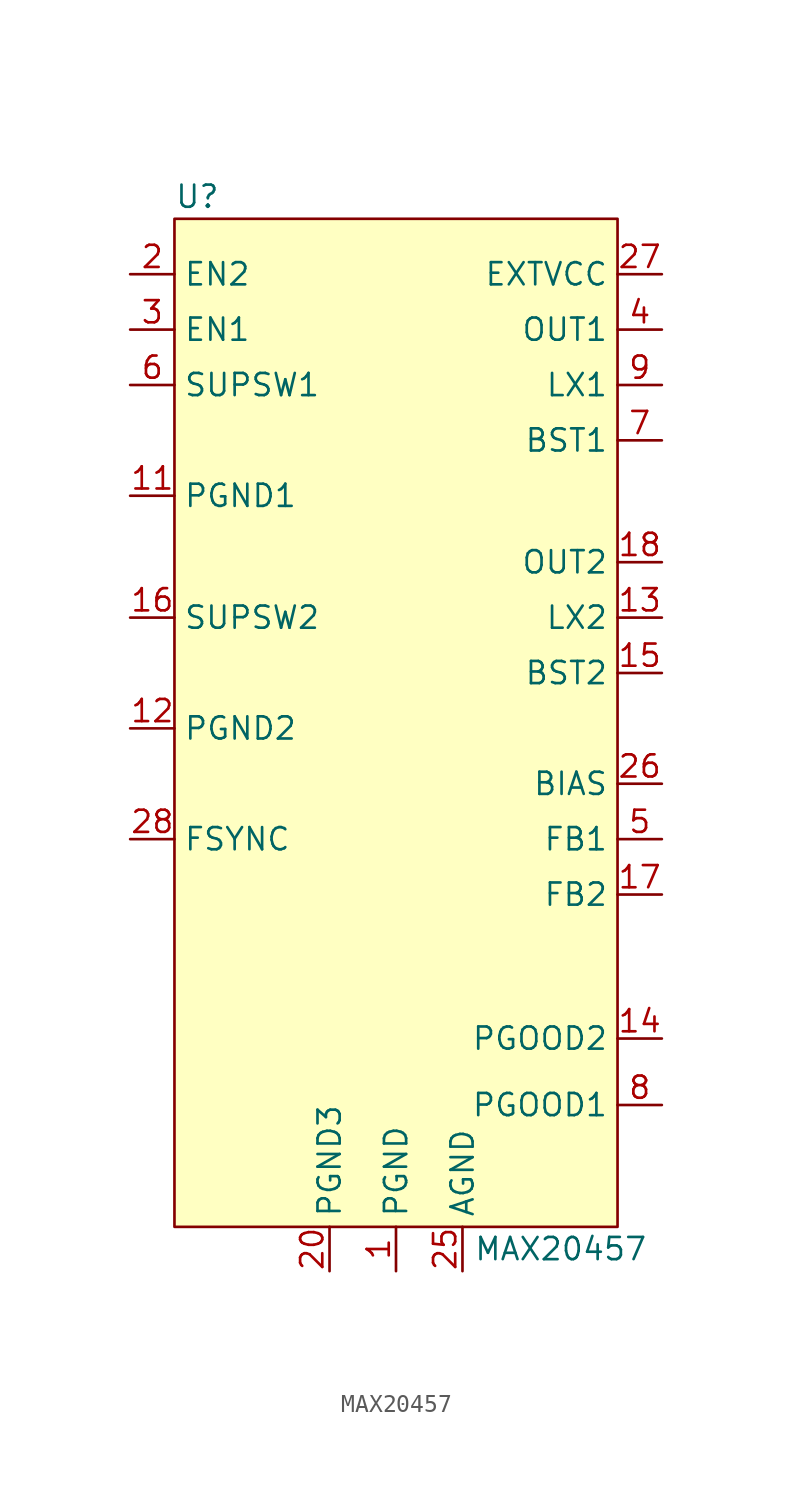
<source format=kicad_sym>
(kicad_symbol_lib
  (version 20211014)
  (generator kicad_symbol_editor)
  (symbol "MAX20457"
    (property "Reference" "U"
      (at -12.7 27.305 0)
      (effects (font (size 1.27 1.27)) (justify left)))
    (property "Value" "MAX20457"
      (at 4.445 -33.02 0)
      (effects (font (size 1.27 1.27)) (justify left)))
    (symbol "MAX20457_0_1"
      (rectangle (start -12.7 26.035) (end 12.7 -31.75) (stroke (width 0) (type default) (color 0 0 0 0)) (fill (type background))))
    (symbol "MAX20457_1_1"
      (pin power_in line (at 0 -34.29 90) (length 2.54) (name "PGND" (effects (font (size 1.27 1.27)))) (number "1" (effects (font (size 1.27 1.27)))))
      (pin output line (at 15.24 16.51 180) (length 2.54) hide (name "LX1" (effects (font (size 1.27 1.27)))) (number "10" (effects (font (size 1.27 1.27)))))
      (pin power_in line (at -15.24 10.16 0) (length 2.54) (name "PGND1" (effects (font (size 1.27 1.27)))) (number "11" (effects (font (size 1.27 1.27)))))
      (pin power_in line (at -15.24 -3.175 0) (length 2.54) (name "PGND2" (effects (font (size 1.27 1.27)))) (number "12" (effects (font (size 1.27 1.27)))))
      (pin output line (at 15.24 3.175 180) (length 2.54) (name "LX2" (effects (font (size 1.27 1.27)))) (number "13" (effects (font (size 1.27 1.27)))))
      (pin open_collector line (at 15.24 -20.955 180) (length 2.54) (name "PGOOD2" (effects (font (size 1.27 1.27)))) (number "14" (effects (font (size 1.27 1.27)))))
      (pin output line (at 15.24 0 180) (length 2.54) (name "BST2" (effects (font (size 1.27 1.27)))) (number "15" (effects (font (size 1.27 1.27)))))
      (pin power_in line (at -15.24 3.175 0) (length 2.54) (name "SUPSW2" (effects (font (size 1.27 1.27)))) (number "16" (effects (font (size 1.27 1.27)))))
      (pin input line (at 15.24 -12.7 180) (length 2.54) (name "FB2" (effects (font (size 1.27 1.27)))) (number "17" (effects (font (size 1.27 1.27)))))
      (pin input line (at 15.24 6.35 180) (length 2.54) (name "OUT2" (effects (font (size 1.27 1.27)))) (number "18" (effects (font (size 1.27 1.27)))))
      (pin power_in line (at 0 -34.29 90) (length 2.54) hide (name "PGND" (effects (font (size 1.27 1.27)))) (number "19" (effects (font (size 1.27 1.27)))))
      (pin input line (at -15.24 22.86 0) (length 2.54) (name "EN2" (effects (font (size 1.27 1.27)))) (number "2" (effects (font (size 1.27 1.27)))))
      (pin power_in line (at -3.81 -34.29 90) (length 2.54) (name "PGND3" (effects (font (size 1.27 1.27)))) (number "20" (effects (font (size 1.27 1.27)))))
      (pin no_connect line (at -15.24 -15.875 0) (length 2.54) hide (name "NC" (effects (font (size 1.27 1.27)))) (number "21" (effects (font (size 1.27 1.27)))))
      (pin no_connect line (at -15.24 -15.875 0) (length 2.54) hide (name "NC" (effects (font (size 1.27 1.27)))) (number "22" (effects (font (size 1.27 1.27)))))
      (pin power_in line (at 0 -34.29 90) (length 2.54) hide (name "PGND" (effects (font (size 1.27 1.27)))) (number "23" (effects (font (size 1.27 1.27)))))
      (pin power_in line (at 0 -34.29 90) (length 2.54) hide (name "PGND" (effects (font (size 1.27 1.27)))) (number "24" (effects (font (size 1.27 1.27)))))
      (pin power_in line (at 3.81 -34.29 90) (length 2.54) (name "AGND" (effects (font (size 1.27 1.27)))) (number "25" (effects (font (size 1.27 1.27)))))
      (pin power_out line (at 15.24 -6.35 180) (length 2.54) (name "BIAS" (effects (font (size 1.27 1.27)))) (number "26" (effects (font (size 1.27 1.27)))))
      (pin power_in line (at 15.24 22.86 180) (length 2.54) (name "EXTVCC" (effects (font (size 1.27 1.27)))) (number "27" (effects (font (size 1.27 1.27)))))
      (pin input line (at -15.24 -9.525 0) (length 2.54) (name "FSYNC" (effects (font (size 1.27 1.27)))) (number "28" (effects (font (size 1.27 1.27)))))
      (pin input line (at -15.24 19.685 0) (length 2.54) (name "EN1" (effects (font (size 1.27 1.27)))) (number "3" (effects (font (size 1.27 1.27)))))
      (pin input line (at 15.24 19.685 180) (length 2.54) (name "OUT1" (effects (font (size 1.27 1.27)))) (number "4" (effects (font (size 1.27 1.27)))))
      (pin input line (at 15.24 -9.525 180) (length 2.54) (name "FB1" (effects (font (size 1.27 1.27)))) (number "5" (effects (font (size 1.27 1.27)))))
      (pin power_in line (at -15.24 16.51 0) (length 2.54) (name "SUPSW1" (effects (font (size 1.27 1.27)))) (number "6" (effects (font (size 1.27 1.27)))))
      (pin output line (at 15.24 13.335 180) (length 2.54) (name "BST1" (effects (font (size 1.27 1.27)))) (number "7" (effects (font (size 1.27 1.27)))))
      (pin open_collector line (at 15.24 -24.765 180) (length 2.54) (name "PGOOD1" (effects (font (size 1.27 1.27)))) (number "8" (effects (font (size 1.27 1.27)))))
      (pin output line (at 15.24 16.51 180) (length 2.54) (name "LX1" (effects (font (size 1.27 1.27)))) (number "9" (effects (font (size 1.27 1.27))))))))
</source>
